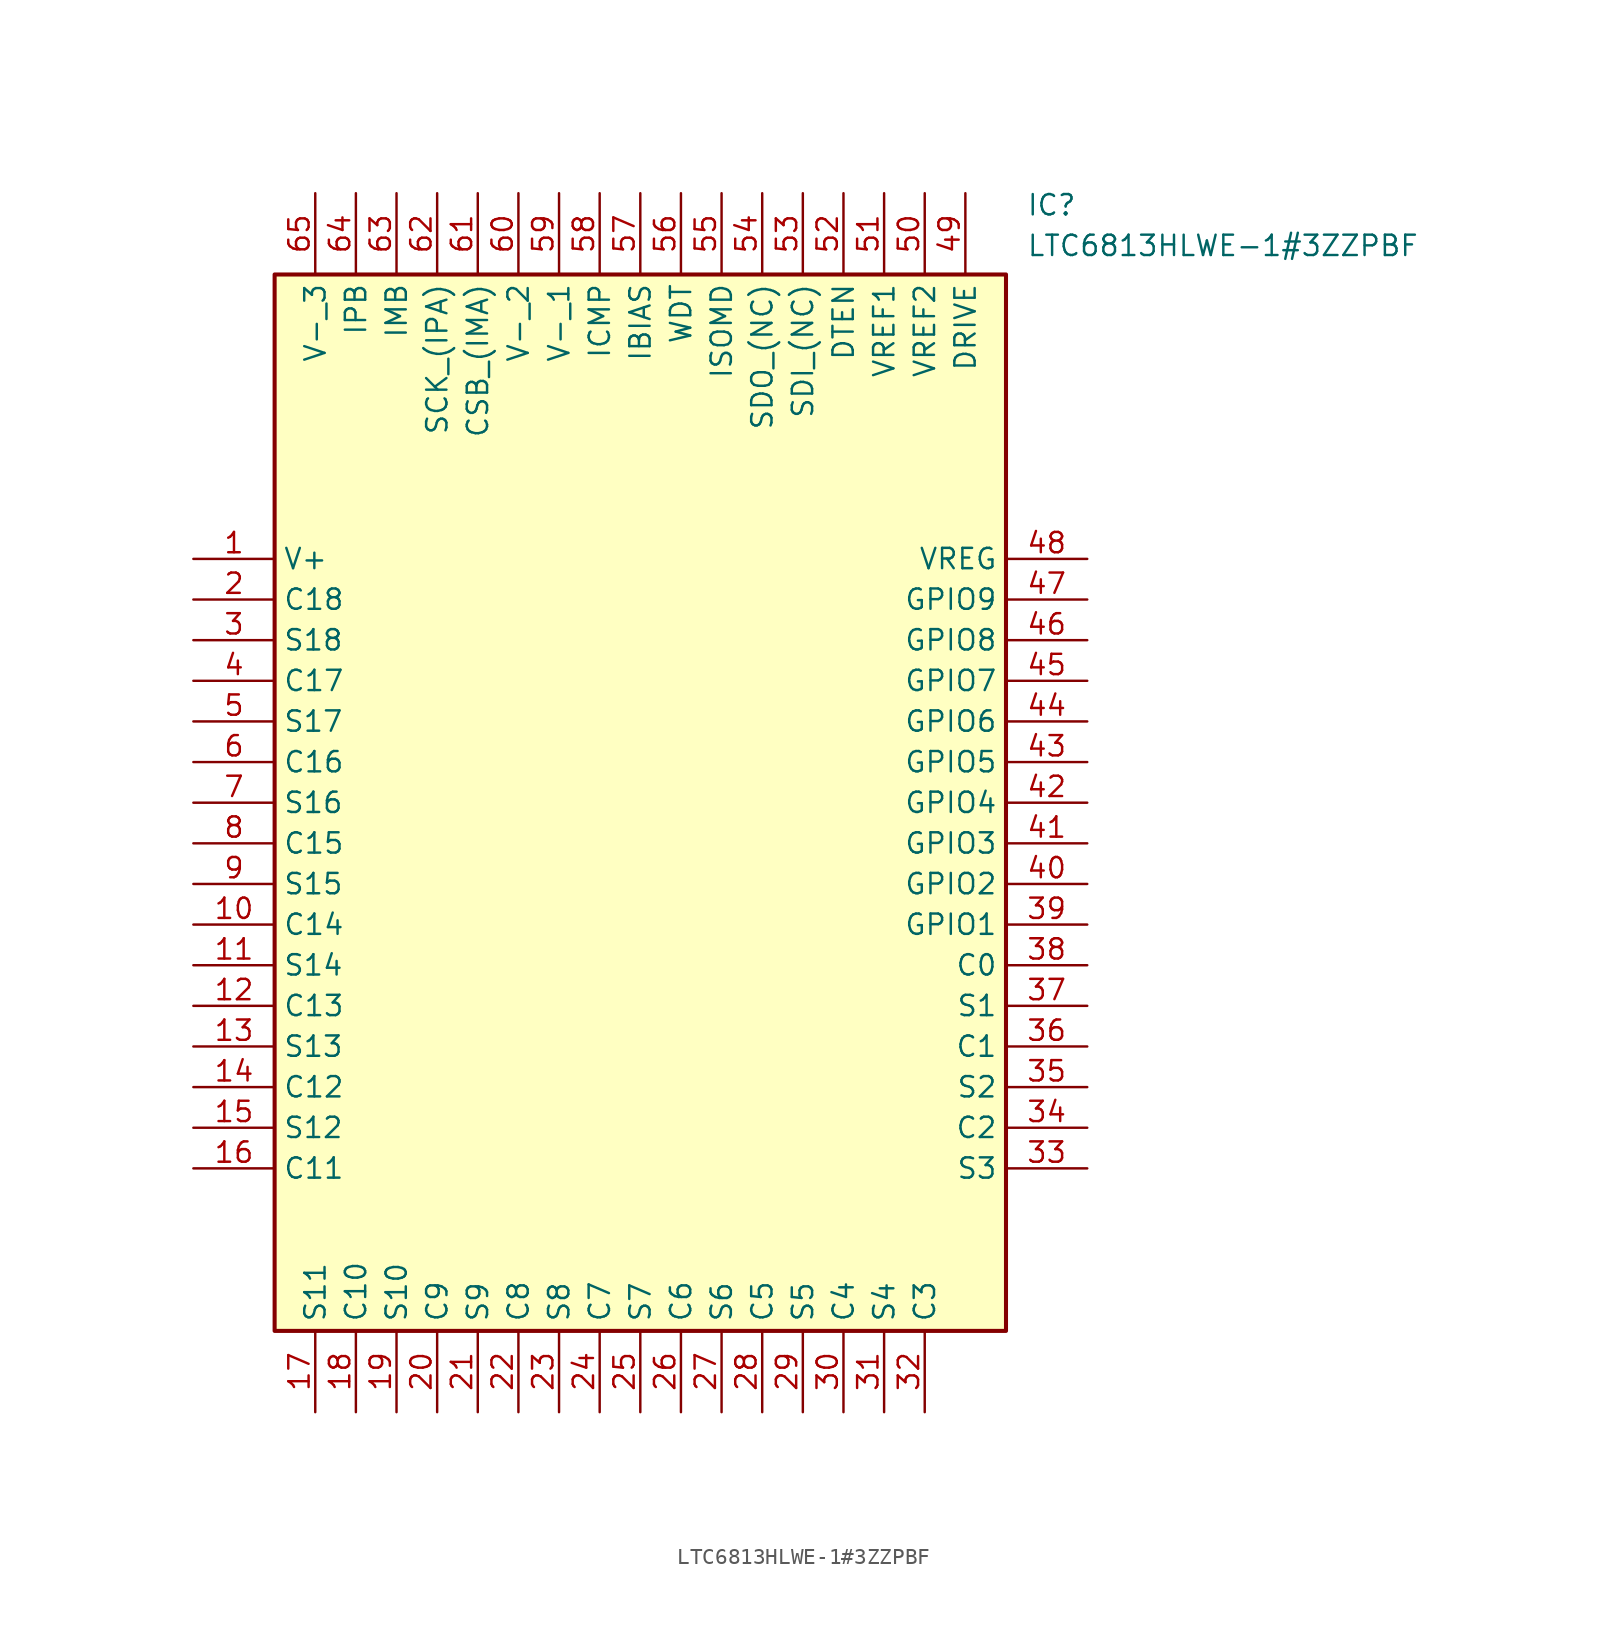
<source format=kicad_sym>
(kicad_symbol_lib
  (version 20211014)
  (generator SamacSys_ECAD_Model)
  (symbol "LTC6813HLWE-1#3ZZPBF"
    (property "Reference" "IC"
      (at 52.07 22.86 0)
      (effects (font (size 1.27 1.27)) (justify left top)))
    (property "Value" "LTC6813HLWE-1#3ZZPBF"
      (at 52.07 20.32 0)
      (effects (font (size 1.27 1.27)) (justify left top)))
    (rectangle
      (start 5.08 17.78)
      (end 50.8 -48.26)
      (stroke (width 0.254) (type default))
      (fill (type background)))
    (pin passive line
      (at 0 0 0)
      (length 5.08)
      (name "V+" (effects (font (size 1.27 1.27))))
      (number "1" (effects (font (size 1.27 1.27)))))
    (pin passive line
      (at 0 -2.54 0)
      (length 5.08)
      (name "C18" (effects (font (size 1.27 1.27))))
      (number "2" (effects (font (size 1.27 1.27)))))
    (pin passive line
      (at 0 -5.08 0)
      (length 5.08)
      (name "S18" (effects (font (size 1.27 1.27))))
      (number "3" (effects (font (size 1.27 1.27)))))
    (pin passive line
      (at 0 -7.62 0)
      (length 5.08)
      (name "C17" (effects (font (size 1.27 1.27))))
      (number "4" (effects (font (size 1.27 1.27)))))
    (pin passive line
      (at 0 -10.16 0)
      (length 5.08)
      (name "S17" (effects (font (size 1.27 1.27))))
      (number "5" (effects (font (size 1.27 1.27)))))
    (pin passive line
      (at 0 -12.7 0)
      (length 5.08)
      (name "C16" (effects (font (size 1.27 1.27))))
      (number "6" (effects (font (size 1.27 1.27)))))
    (pin passive line
      (at 0 -15.24 0)
      (length 5.08)
      (name "S16" (effects (font (size 1.27 1.27))))
      (number "7" (effects (font (size 1.27 1.27)))))
    (pin passive line
      (at 0 -17.78 0)
      (length 5.08)
      (name "C15" (effects (font (size 1.27 1.27))))
      (number "8" (effects (font (size 1.27 1.27)))))
    (pin passive line
      (at 0 -20.32 0)
      (length 5.08)
      (name "S15" (effects (font (size 1.27 1.27))))
      (number "9" (effects (font (size 1.27 1.27)))))
    (pin passive line
      (at 0 -22.86 0)
      (length 5.08)
      (name "C14" (effects (font (size 1.27 1.27))))
      (number "10" (effects (font (size 1.27 1.27)))))
    (pin passive line
      (at 0 -25.4 0)
      (length 5.08)
      (name "S14" (effects (font (size 1.27 1.27))))
      (number "11" (effects (font (size 1.27 1.27)))))
    (pin passive line
      (at 0 -27.94 0)
      (length 5.08)
      (name "C13" (effects (font (size 1.27 1.27))))
      (number "12" (effects (font (size 1.27 1.27)))))
    (pin passive line
      (at 0 -30.48 0)
      (length 5.08)
      (name "S13" (effects (font (size 1.27 1.27))))
      (number "13" (effects (font (size 1.27 1.27)))))
    (pin passive line
      (at 0 -33.02 0)
      (length 5.08)
      (name "C12" (effects (font (size 1.27 1.27))))
      (number "14" (effects (font (size 1.27 1.27)))))
    (pin passive line
      (at 0 -35.56 0)
      (length 5.08)
      (name "S12" (effects (font (size 1.27 1.27))))
      (number "15" (effects (font (size 1.27 1.27)))))
    (pin passive line
      (at 0 -38.1 0)
      (length 5.08)
      (name "C11" (effects (font (size 1.27 1.27))))
      (number "16" (effects (font (size 1.27 1.27)))))
    (pin passive line
      (at 7.62 -53.34 90)
      (length 5.08)
      (name "S11" (effects (font (size 1.27 1.27))))
      (number "17" (effects (font (size 1.27 1.27)))))
    (pin passive line
      (at 10.16 -53.34 90)
      (length 5.08)
      (name "C10" (effects (font (size 1.27 1.27))))
      (number "18" (effects (font (size 1.27 1.27)))))
    (pin passive line
      (at 12.7 -53.34 90)
      (length 5.08)
      (name "S10" (effects (font (size 1.27 1.27))))
      (number "19" (effects (font (size 1.27 1.27)))))
    (pin passive line
      (at 15.24 -53.34 90)
      (length 5.08)
      (name "C9" (effects (font (size 1.27 1.27))))
      (number "20" (effects (font (size 1.27 1.27)))))
    (pin passive line
      (at 17.78 -53.34 90)
      (length 5.08)
      (name "S9" (effects (font (size 1.27 1.27))))
      (number "21" (effects (font (size 1.27 1.27)))))
    (pin passive line
      (at 20.32 -53.34 90)
      (length 5.08)
      (name "C8" (effects (font (size 1.27 1.27))))
      (number "22" (effects (font (size 1.27 1.27)))))
    (pin passive line
      (at 22.86 -53.34 90)
      (length 5.08)
      (name "S8" (effects (font (size 1.27 1.27))))
      (number "23" (effects (font (size 1.27 1.27)))))
    (pin passive line
      (at 25.4 -53.34 90)
      (length 5.08)
      (name "C7" (effects (font (size 1.27 1.27))))
      (number "24" (effects (font (size 1.27 1.27)))))
    (pin passive line
      (at 27.94 -53.34 90)
      (length 5.08)
      (name "S7" (effects (font (size 1.27 1.27))))
      (number "25" (effects (font (size 1.27 1.27)))))
    (pin passive line
      (at 30.48 -53.34 90)
      (length 5.08)
      (name "C6" (effects (font (size 1.27 1.27))))
      (number "26" (effects (font (size 1.27 1.27)))))
    (pin passive line
      (at 33.02 -53.34 90)
      (length 5.08)
      (name "S6" (effects (font (size 1.27 1.27))))
      (number "27" (effects (font (size 1.27 1.27)))))
    (pin passive line
      (at 35.56 -53.34 90)
      (length 5.08)
      (name "C5" (effects (font (size 1.27 1.27))))
      (number "28" (effects (font (size 1.27 1.27)))))
    (pin passive line
      (at 38.1 -53.34 90)
      (length 5.08)
      (name "S5" (effects (font (size 1.27 1.27))))
      (number "29" (effects (font (size 1.27 1.27)))))
    (pin passive line
      (at 40.64 -53.34 90)
      (length 5.08)
      (name "C4" (effects (font (size 1.27 1.27))))
      (number "30" (effects (font (size 1.27 1.27)))))
    (pin passive line
      (at 43.18 -53.34 90)
      (length 5.08)
      (name "S4" (effects (font (size 1.27 1.27))))
      (number "31" (effects (font (size 1.27 1.27)))))
    (pin passive line
      (at 45.72 -53.34 90)
      (length 5.08)
      (name "C3" (effects (font (size 1.27 1.27))))
      (number "32" (effects (font (size 1.27 1.27)))))
    (pin passive line
      (at 55.88 0 180)
      (length 5.08)
      (name "VREG" (effects (font (size 1.27 1.27))))
      (number "48" (effects (font (size 1.27 1.27)))))
    (pin passive line
      (at 55.88 -2.54 180)
      (length 5.08)
      (name "GPIO9" (effects (font (size 1.27 1.27))))
      (number "47" (effects (font (size 1.27 1.27)))))
    (pin passive line
      (at 55.88 -5.08 180)
      (length 5.08)
      (name "GPIO8" (effects (font (size 1.27 1.27))))
      (number "46" (effects (font (size 1.27 1.27)))))
    (pin passive line
      (at 55.88 -7.62 180)
      (length 5.08)
      (name "GPIO7" (effects (font (size 1.27 1.27))))
      (number "45" (effects (font (size 1.27 1.27)))))
    (pin passive line
      (at 55.88 -10.16 180)
      (length 5.08)
      (name "GPIO6" (effects (font (size 1.27 1.27))))
      (number "44" (effects (font (size 1.27 1.27)))))
    (pin passive line
      (at 55.88 -12.7 180)
      (length 5.08)
      (name "GPIO5" (effects (font (size 1.27 1.27))))
      (number "43" (effects (font (size 1.27 1.27)))))
    (pin passive line
      (at 55.88 -15.24 180)
      (length 5.08)
      (name "GPIO4" (effects (font (size 1.27 1.27))))
      (number "42" (effects (font (size 1.27 1.27)))))
    (pin passive line
      (at 55.88 -17.78 180)
      (length 5.08)
      (name "GPIO3" (effects (font (size 1.27 1.27))))
      (number "41" (effects (font (size 1.27 1.27)))))
    (pin passive line
      (at 55.88 -20.32 180)
      (length 5.08)
      (name "GPIO2" (effects (font (size 1.27 1.27))))
      (number "40" (effects (font (size 1.27 1.27)))))
    (pin passive line
      (at 55.88 -22.86 180)
      (length 5.08)
      (name "GPIO1" (effects (font (size 1.27 1.27))))
      (number "39" (effects (font (size 1.27 1.27)))))
    (pin passive line
      (at 55.88 -25.4 180)
      (length 5.08)
      (name "C0" (effects (font (size 1.27 1.27))))
      (number "38" (effects (font (size 1.27 1.27)))))
    (pin passive line
      (at 55.88 -27.94 180)
      (length 5.08)
      (name "S1" (effects (font (size 1.27 1.27))))
      (number "37" (effects (font (size 1.27 1.27)))))
    (pin passive line
      (at 55.88 -30.48 180)
      (length 5.08)
      (name "C1" (effects (font (size 1.27 1.27))))
      (number "36" (effects (font (size 1.27 1.27)))))
    (pin passive line
      (at 55.88 -33.02 180)
      (length 5.08)
      (name "S2" (effects (font (size 1.27 1.27))))
      (number "35" (effects (font (size 1.27 1.27)))))
    (pin passive line
      (at 55.88 -35.56 180)
      (length 5.08)
      (name "C2" (effects (font (size 1.27 1.27))))
      (number "34" (effects (font (size 1.27 1.27)))))
    (pin passive line
      (at 55.88 -38.1 180)
      (length 5.08)
      (name "S3" (effects (font (size 1.27 1.27))))
      (number "33" (effects (font (size 1.27 1.27)))))
    (pin passive line
      (at 7.62 22.86 270)
      (length 5.08)
      (name "V-_3" (effects (font (size 1.27 1.27))))
      (number "65" (effects (font (size 1.27 1.27)))))
    (pin passive line
      (at 10.16 22.86 270)
      (length 5.08)
      (name "IPB" (effects (font (size 1.27 1.27))))
      (number "64" (effects (font (size 1.27 1.27)))))
    (pin passive line
      (at 12.7 22.86 270)
      (length 5.08)
      (name "IMB" (effects (font (size 1.27 1.27))))
      (number "63" (effects (font (size 1.27 1.27)))))
    (pin passive line
      (at 15.24 22.86 270)
      (length 5.08)
      (name "SCK_(IPA)" (effects (font (size 1.27 1.27))))
      (number "62" (effects (font (size 1.27 1.27)))))
    (pin passive line
      (at 17.78 22.86 270)
      (length 5.08)
      (name "CSB_(IMA)" (effects (font (size 1.27 1.27))))
      (number "61" (effects (font (size 1.27 1.27)))))
    (pin passive line
      (at 20.32 22.86 270)
      (length 5.08)
      (name "V-_2" (effects (font (size 1.27 1.27))))
      (number "60" (effects (font (size 1.27 1.27)))))
    (pin passive line
      (at 22.86 22.86 270)
      (length 5.08)
      (name "V-_1" (effects (font (size 1.27 1.27))))
      (number "59" (effects (font (size 1.27 1.27)))))
    (pin passive line
      (at 25.4 22.86 270)
      (length 5.08)
      (name "ICMP" (effects (font (size 1.27 1.27))))
      (number "58" (effects (font (size 1.27 1.27)))))
    (pin passive line
      (at 27.94 22.86 270)
      (length 5.08)
      (name "IBIAS" (effects (font (size 1.27 1.27))))
      (number "57" (effects (font (size 1.27 1.27)))))
    (pin passive line
      (at 30.48 22.86 270)
      (length 5.08)
      (name "WDT" (effects (font (size 1.27 1.27))))
      (number "56" (effects (font (size 1.27 1.27)))))
    (pin passive line
      (at 33.02 22.86 270)
      (length 5.08)
      (name "ISOMD" (effects (font (size 1.27 1.27))))
      (number "55" (effects (font (size 1.27 1.27)))))
    (pin passive line
      (at 35.56 22.86 270)
      (length 5.08)
      (name "SDO_(NC)" (effects (font (size 1.27 1.27))))
      (number "54" (effects (font (size 1.27 1.27)))))
    (pin passive line
      (at 38.1 22.86 270)
      (length 5.08)
      (name "SDI_(NC)" (effects (font (size 1.27 1.27))))
      (number "53" (effects (font (size 1.27 1.27)))))
    (pin passive line
      (at 40.64 22.86 270)
      (length 5.08)
      (name "DTEN" (effects (font (size 1.27 1.27))))
      (number "52" (effects (font (size 1.27 1.27)))))
    (pin passive line
      (at 43.18 22.86 270)
      (length 5.08)
      (name "VREF1" (effects (font (size 1.27 1.27))))
      (number "51" (effects (font (size 1.27 1.27)))))
    (pin passive line
      (at 45.72 22.86 270)
      (length 5.08)
      (name "VREF2" (effects (font (size 1.27 1.27))))
      (number "50" (effects (font (size 1.27 1.27)))))
    (pin passive line
      (at 48.26 22.86 270)
      (length 5.08)
      (name "DRIVE" (effects (font (size 1.27 1.27))))
      (number "49" (effects (font (size 1.27 1.27)))))))
</source>
